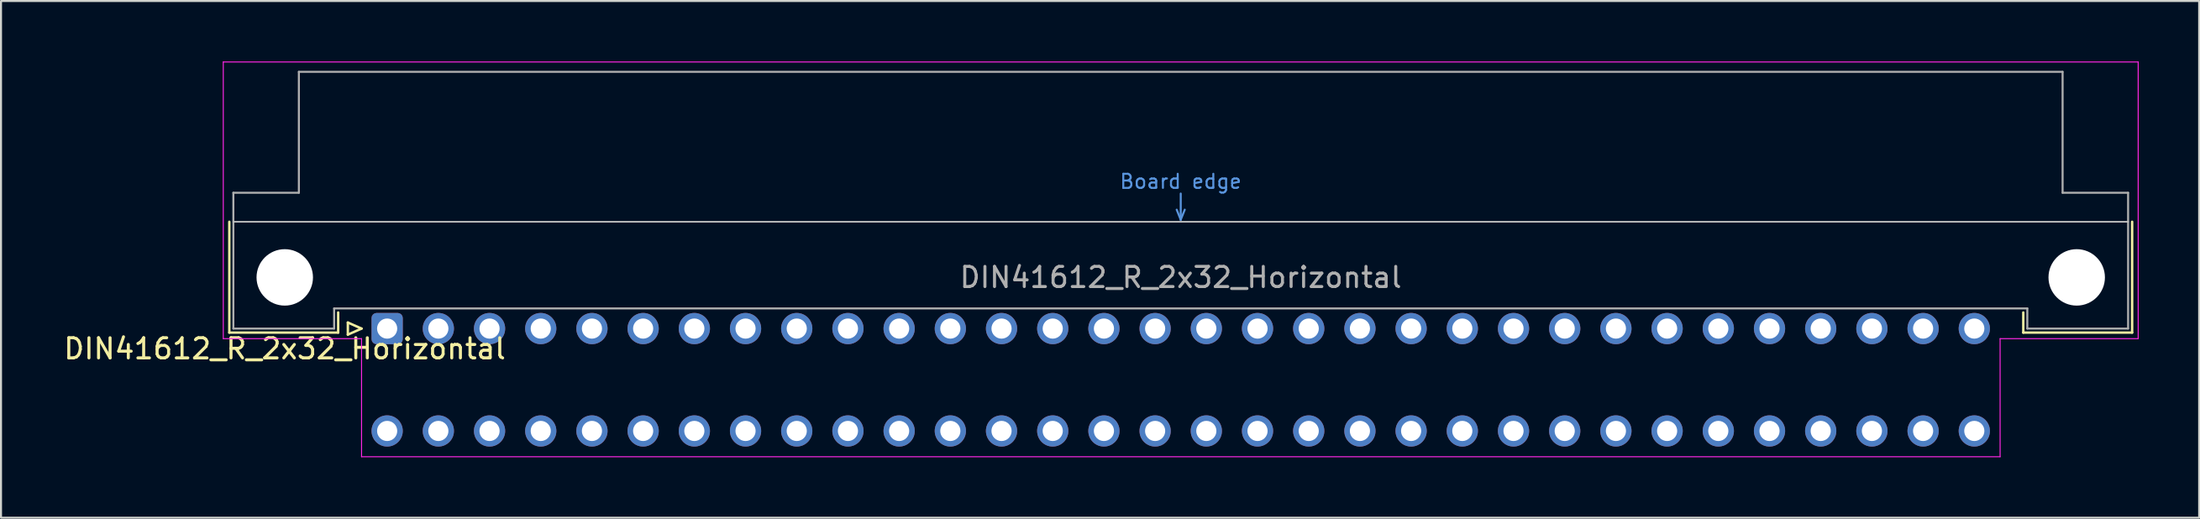
<source format=kicad_pcb>
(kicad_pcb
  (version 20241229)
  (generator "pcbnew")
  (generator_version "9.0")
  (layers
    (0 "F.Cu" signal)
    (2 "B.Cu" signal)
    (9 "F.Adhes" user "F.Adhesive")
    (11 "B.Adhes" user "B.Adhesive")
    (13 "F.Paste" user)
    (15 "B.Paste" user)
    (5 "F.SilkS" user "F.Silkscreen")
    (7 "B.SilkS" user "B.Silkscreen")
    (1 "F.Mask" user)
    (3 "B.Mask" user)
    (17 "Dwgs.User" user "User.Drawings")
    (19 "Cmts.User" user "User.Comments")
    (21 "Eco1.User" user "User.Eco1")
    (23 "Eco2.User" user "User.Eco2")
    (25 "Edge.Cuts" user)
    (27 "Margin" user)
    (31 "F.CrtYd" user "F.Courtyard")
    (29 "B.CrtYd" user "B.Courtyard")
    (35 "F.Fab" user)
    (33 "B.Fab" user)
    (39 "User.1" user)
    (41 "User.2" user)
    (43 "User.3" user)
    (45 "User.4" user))
  (footprint "DIN41612_R_2x32_Horizontal"
    (layer "F.Cu")
    (at 16.157 13.255)
    (property "Reference" "DIN41612_R_2x32_Horizontal" (at -5.08 1 0) (layer "F.SilkS") (effects (font (size 1 1) (thickness 0.15))))
    (attr through_hole)
    (fp_line (start -7.83 -5.3) (end -7.83 0.2) (stroke (width 0.12) (type solid)) (layer "F.SilkS"))
    (fp_line (start -7.83 0.2) (end -2.43 0.2) (stroke (width 0.12) (type solid)) (layer "F.SilkS"))
    (fp_line (start -2.43 0.2) (end -2.43 -0.8) (stroke (width 0.12) (type solid)) (layer "F.SilkS"))
    (fp_line (start -1.95 -0.3) (end -1.95 0.3) (stroke (width 0.12) (type solid)) (layer "F.SilkS"))
    (fp_line (start -1.95 0.3) (end -1.27 0) (stroke (width 0.12) (type solid)) (layer "F.SilkS"))
    (fp_line (start -1.27 0) (end -1.95 -0.3) (stroke (width 0.12) (type solid)) (layer "F.SilkS"))
    (fp_line (start 81.17 0.2) (end 81.17 -0.8) (stroke (width 0.12) (type solid)) (layer "F.SilkS"))
    (fp_line (start 86.57 -5.3) (end 86.57 0.2) (stroke (width 0.12) (type solid)) (layer "F.SilkS"))
    (fp_line (start 86.57 0.2) (end 81.17 0.2) (stroke (width 0.12) (type solid)) (layer "F.SilkS"))
    (fp_line (start -7.63 -5.3) (end 86.37 -5.3) (stroke (width 0.08) (type solid)) (layer "Dwgs.User"))
    (fp_line (start 39.17 -5.9) (end 39.37 -5.4) (stroke (width 0.1) (type solid)) (layer "Cmts.User"))
    (fp_line (start 39.37 -5.4) (end 39.37 -6.7) (stroke (width 0.1) (type solid)) (layer "Cmts.User"))
    (fp_line (start 39.37 -5.4) (end 39.57 -5.9) (stroke (width 0.1) (type solid)) (layer "Cmts.User"))
    (fp_line (start -8.13 -13.23) (end -8.13 0.5) (stroke (width 0.05) (type solid)) (layer "F.CrtYd"))
    (fp_line (start -8.13 0.5) (end -1.27 0.5) (stroke (width 0.05) (type solid)) (layer "F.CrtYd"))
    (fp_line (start -1.27 0.5) (end -1.27 6.36) (stroke (width 0.05) (type solid)) (layer "F.CrtYd"))
    (fp_line (start -1.27 6.36) (end 80.02 6.36) (stroke (width 0.05) (type solid)) (layer "F.CrtYd"))
    (fp_line (start 80.02 0.5) (end 86.87 0.5) (stroke (width 0.05) (type solid)) (layer "F.CrtYd"))
    (fp_line (start 80.02 6.36) (end 80.02 0.5) (stroke (width 0.05) (type solid)) (layer "F.CrtYd"))
    (fp_line (start 86.87 -13.23) (end -8.13 -13.23) (stroke (width 0.05) (type solid)) (layer "F.CrtYd"))
    (fp_line (start 86.87 0.5) (end 86.87 -13.23) (stroke (width 0.05) (type solid)) (layer "F.CrtYd"))
    (fp_line (start -7.63 -6.74) (end -7.63 0) (stroke (width 0.1) (type solid)) (layer "F.Fab"))
    (fp_line (start -7.63 0) (end -2.63 0) (stroke (width 0.1) (type solid)) (layer "F.Fab"))
    (fp_line (start -4.38 -12.74) (end -4.38 -6.74) (stroke (width 0.1) (type solid)) (layer "F.Fab"))
    (fp_line (start -4.38 -6.74) (end -7.63 -6.74) (stroke (width 0.1) (type solid)) (layer "F.Fab"))
    (fp_line (start -2.63 -1) (end 81.37 -1) (stroke (width 0.1) (type solid)) (layer "F.Fab"))
    (fp_line (start -2.63 0) (end -2.63 -1) (stroke (width 0.1) (type solid)) (layer "F.Fab"))
    (fp_line (start 81.37 -1) (end 81.37 0) (stroke (width 0.1) (type solid)) (layer "F.Fab"))
    (fp_line (start 81.37 0) (end 86.37 0) (stroke (width 0.1) (type solid)) (layer "F.Fab"))
    (fp_line (start 83.12 -12.74) (end -4.38 -12.74) (stroke (width 0.1) (type solid)) (layer "F.Fab"))
    (fp_line (start 83.12 -6.74) (end 83.12 -12.74) (stroke (width 0.1) (type solid)) (layer "F.Fab"))
    (fp_line (start 86.37 -6.74) (end 83.12 -6.74) (stroke (width 0.1) (type solid)) (layer "F.Fab"))
    (fp_line (start 86.37 0) (end 86.37 -6.74) (stroke (width 0.1) (type solid)) (layer "F.Fab"))
    (fp_text user "Board edge" (at 39.37 -7.3 0) (layer "Cmts.User") (effects (font (size 0.7 0.7) (thickness 0.1))))
    (fp_text user "${REFERENCE}" (at 39.37 -2.54 0) (layer "F.Fab") (effects (font (size 1 1) (thickness 0.15))))
    (pad "" np_thru_hole circle (at -5.08 -2.54) (size 2.8 2.8) (drill 2.8) (layers "*.Cu" "*.Mask"))
    (pad "" np_thru_hole circle (at 83.82 -2.54) (size 2.8 2.8) (drill 2.8) (layers "*.Cu" "*.Mask"))
    (pad "a1" thru_hole roundrect (at 0 0) (size 1.55 1.55) (drill 1) (layers "*.Cu" "*.Mask") (roundrect_rratio 0.161))
    (pad "a2" thru_hole circle (at 2.54 0) (size 1.55 1.55) (drill 1) (layers "*.Cu" "*.Mask"))
    (pad "a3" thru_hole circle (at 5.08 0) (size 1.55 1.55) (drill 1) (layers "*.Cu" "*.Mask"))
    (pad "a4" thru_hole circle (at 7.62 0) (size 1.55 1.55) (drill 1) (layers "*.Cu" "*.Mask"))
    (pad "a5" thru_hole circle (at 10.16 0) (size 1.55 1.55) (drill 1) (layers "*.Cu" "*.Mask"))
    (pad "a6" thru_hole circle (at 12.7 0) (size 1.55 1.55) (drill 1) (layers "*.Cu" "*.Mask"))
    (pad "a7" thru_hole circle (at 15.24 0) (size 1.55 1.55) (drill 1) (layers "*.Cu" "*.Mask"))
    (pad "a8" thru_hole circle (at 17.78 0) (size 1.55 1.55) (drill 1) (layers "*.Cu" "*.Mask"))
    (pad "a9" thru_hole circle (at 20.32 0) (size 1.55 1.55) (drill 1) (layers "*.Cu" "*.Mask"))
    (pad "a10" thru_hole circle (at 22.86 0) (size 1.55 1.55) (drill 1) (layers "*.Cu" "*.Mask"))
    (pad "a11" thru_hole circle (at 25.4 0) (size 1.55 1.55) (drill 1) (layers "*.Cu" "*.Mask"))
    (pad "a12" thru_hole circle (at 27.94 0) (size 1.55 1.55) (drill 1) (layers "*.Cu" "*.Mask"))
    (pad "a13" thru_hole circle (at 30.48 0) (size 1.55 1.55) (drill 1) (layers "*.Cu" "*.Mask"))
    (pad "a14" thru_hole circle (at 33.02 0) (size 1.55 1.55) (drill 1) (layers "*.Cu" "*.Mask"))
    (pad "a15" thru_hole circle (at 35.56 0) (size 1.55 1.55) (drill 1) (layers "*.Cu" "*.Mask"))
    (pad "a16" thru_hole circle (at 38.1 0) (size 1.55 1.55) (drill 1) (layers "*.Cu" "*.Mask"))
    (pad "a17" thru_hole circle (at 40.64 0) (size 1.55 1.55) (drill 1) (layers "*.Cu" "*.Mask"))
    (pad "a18" thru_hole circle (at 43.18 0) (size 1.55 1.55) (drill 1) (layers "*.Cu" "*.Mask"))
    (pad "a19" thru_hole circle (at 45.72 0) (size 1.55 1.55) (drill 1) (layers "*.Cu" "*.Mask"))
    (pad "a20" thru_hole circle (at 48.26 0) (size 1.55 1.55) (drill 1) (layers "*.Cu" "*.Mask"))
    (pad "a21" thru_hole circle (at 50.8 0) (size 1.55 1.55) (drill 1) (layers "*.Cu" "*.Mask"))
    (pad "a22" thru_hole circle (at 53.34 0) (size 1.55 1.55) (drill 1) (layers "*.Cu" "*.Mask"))
    (pad "a23" thru_hole circle (at 55.88 0) (size 1.55 1.55) (drill 1) (layers "*.Cu" "*.Mask"))
    (pad "a24" thru_hole circle (at 58.42 0) (size 1.55 1.55) (drill 1) (layers "*.Cu" "*.Mask"))
    (pad "a25" thru_hole circle (at 60.96 0) (size 1.55 1.55) (drill 1) (layers "*.Cu" "*.Mask"))
    (pad "a26" thru_hole circle (at 63.5 0) (size 1.55 1.55) (drill 1) (layers "*.Cu" "*.Mask"))
    (pad "a27" thru_hole circle (at 66.04 0) (size 1.55 1.55) (drill 1) (layers "*.Cu" "*.Mask"))
    (pad "a28" thru_hole circle (at 68.58 0) (size 1.55 1.55) (drill 1) (layers "*.Cu" "*.Mask"))
    (pad "a29" thru_hole circle (at 71.12 0) (size 1.55 1.55) (drill 1) (layers "*.Cu" "*.Mask"))
    (pad "a30" thru_hole circle (at 73.66 0) (size 1.55 1.55) (drill 1) (layers "*.Cu" "*.Mask"))
    (pad "a31" thru_hole circle (at 76.2 0) (size 1.55 1.55) (drill 1) (layers "*.Cu" "*.Mask"))
    (pad "a32" thru_hole circle (at 78.74 0) (size 1.55 1.55) (drill 1) (layers "*.Cu" "*.Mask"))
    (pad "c1" thru_hole circle (at 0 5.08) (size 1.55 1.55) (drill 1) (layers "*.Cu" "*.Mask"))
    (pad "c2" thru_hole circle (at 2.54 5.08) (size 1.55 1.55) (drill 1) (layers "*.Cu" "*.Mask"))
    (pad "c3" thru_hole circle (at 5.08 5.08) (size 1.55 1.55) (drill 1) (layers "*.Cu" "*.Mask"))
    (pad "c4" thru_hole circle (at 7.62 5.08) (size 1.55 1.55) (drill 1) (layers "*.Cu" "*.Mask"))
    (pad "c5" thru_hole circle (at 10.16 5.08) (size 1.55 1.55) (drill 1) (layers "*.Cu" "*.Mask"))
    (pad "c6" thru_hole circle (at 12.7 5.08) (size 1.55 1.55) (drill 1) (layers "*.Cu" "*.Mask"))
    (pad "c7" thru_hole circle (at 15.24 5.08) (size 1.55 1.55) (drill 1) (layers "*.Cu" "*.Mask"))
    (pad "c8" thru_hole circle (at 17.78 5.08) (size 1.55 1.55) (drill 1) (layers "*.Cu" "*.Mask"))
    (pad "c9" thru_hole circle (at 20.32 5.08) (size 1.55 1.55) (drill 1) (layers "*.Cu" "*.Mask"))
    (pad "c10" thru_hole circle (at 22.86 5.08) (size 1.55 1.55) (drill 1) (layers "*.Cu" "*.Mask"))
    (pad "c11" thru_hole circle (at 25.4 5.08) (size 1.55 1.55) (drill 1) (layers "*.Cu" "*.Mask"))
    (pad "c12" thru_hole circle (at 27.94 5.08) (size 1.55 1.55) (drill 1) (layers "*.Cu" "*.Mask"))
    (pad "c13" thru_hole circle (at 30.48 5.08) (size 1.55 1.55) (drill 1) (layers "*.Cu" "*.Mask"))
    (pad "c14" thru_hole circle (at 33.02 5.08) (size 1.55 1.55) (drill 1) (layers "*.Cu" "*.Mask"))
    (pad "c15" thru_hole circle (at 35.56 5.08) (size 1.55 1.55) (drill 1) (layers "*.Cu" "*.Mask"))
    (pad "c16" thru_hole circle (at 38.1 5.08) (size 1.55 1.55) (drill 1) (layers "*.Cu" "*.Mask"))
    (pad "c17" thru_hole circle (at 40.64 5.08) (size 1.55 1.55) (drill 1) (layers "*.Cu" "*.Mask"))
    (pad "c18" thru_hole circle (at 43.18 5.08) (size 1.55 1.55) (drill 1) (layers "*.Cu" "*.Mask"))
    (pad "c19" thru_hole circle (at 45.72 5.08) (size 1.55 1.55) (drill 1) (layers "*.Cu" "*.Mask"))
    (pad "c20" thru_hole circle (at 48.26 5.08) (size 1.55 1.55) (drill 1) (layers "*.Cu" "*.Mask"))
    (pad "c21" thru_hole circle (at 50.8 5.08) (size 1.55 1.55) (drill 1) (layers "*.Cu" "*.Mask"))
    (pad "c22" thru_hole circle (at 53.34 5.08) (size 1.55 1.55) (drill 1) (layers "*.Cu" "*.Mask"))
    (pad "c23" thru_hole circle (at 55.88 5.08) (size 1.55 1.55) (drill 1) (layers "*.Cu" "*.Mask"))
    (pad "c24" thru_hole circle (at 58.42 5.08) (size 1.55 1.55) (drill 1) (layers "*.Cu" "*.Mask"))
    (pad "c25" thru_hole circle (at 60.96 5.08) (size 1.55 1.55) (drill 1) (layers "*.Cu" "*.Mask"))
    (pad "c26" thru_hole circle (at 63.5 5.08) (size 1.55 1.55) (drill 1) (layers "*.Cu" "*.Mask"))
    (pad "c27" thru_hole circle (at 66.04 5.08) (size 1.55 1.55) (drill 1) (layers "*.Cu" "*.Mask"))
    (pad "c28" thru_hole circle (at 68.58 5.08) (size 1.55 1.55) (drill 1) (layers "*.Cu" "*.Mask"))
    (pad "c29" thru_hole circle (at 71.12 5.08) (size 1.55 1.55) (drill 1) (layers "*.Cu" "*.Mask"))
    (pad "c30" thru_hole circle (at 73.66 5.08) (size 1.55 1.55) (drill 1) (layers "*.Cu" "*.Mask"))
    (pad "c31" thru_hole circle (at 76.2 5.08) (size 1.55 1.55) (drill 1) (layers "*.Cu" "*.Mask"))
    (pad "c32" thru_hole circle (at 78.74 5.08) (size 1.55 1.55) (drill 1) (layers "*.Cu" "*.Mask")))
  (gr_rect
    (start -3 -3)
    (end 106.052 22.64)
    (stroke (width 0.1) (type default))
    (fill no)
    (layer "Edge.Cuts")))
</source>
